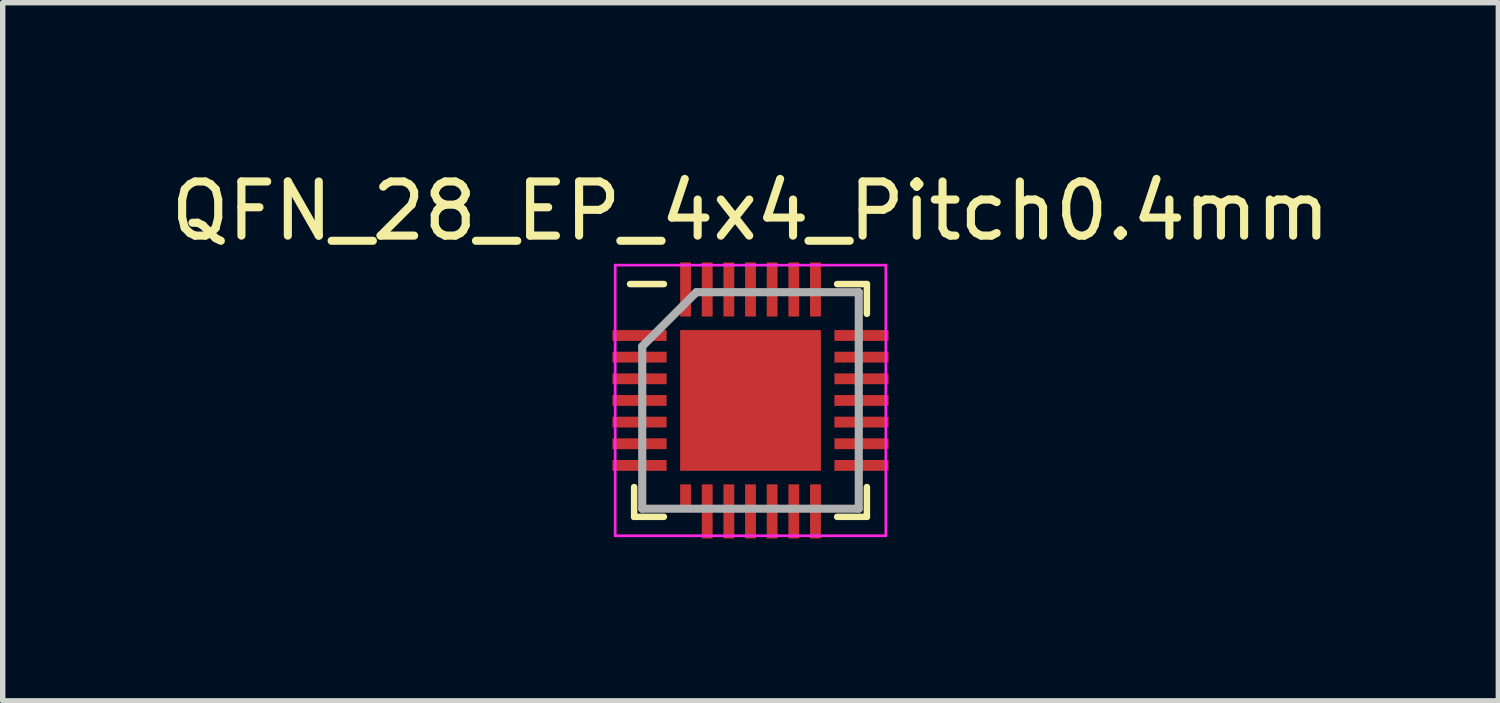
<source format=kicad_pcb>
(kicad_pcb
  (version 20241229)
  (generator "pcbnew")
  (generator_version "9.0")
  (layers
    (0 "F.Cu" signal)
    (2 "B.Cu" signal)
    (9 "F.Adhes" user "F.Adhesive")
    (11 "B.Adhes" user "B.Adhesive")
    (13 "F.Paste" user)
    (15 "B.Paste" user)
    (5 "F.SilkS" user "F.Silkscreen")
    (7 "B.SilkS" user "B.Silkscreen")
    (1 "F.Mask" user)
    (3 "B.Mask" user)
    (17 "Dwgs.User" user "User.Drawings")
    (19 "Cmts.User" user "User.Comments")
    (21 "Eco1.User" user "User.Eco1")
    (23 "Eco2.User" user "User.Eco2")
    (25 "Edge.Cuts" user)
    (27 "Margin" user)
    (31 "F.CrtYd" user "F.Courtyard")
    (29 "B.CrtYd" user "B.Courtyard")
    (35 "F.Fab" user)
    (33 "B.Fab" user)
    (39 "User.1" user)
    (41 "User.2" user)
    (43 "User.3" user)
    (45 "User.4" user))
  (footprint "QFN_28_EP_4x4_Pitch0.4mm"
    (layer "F.Cu")
    (at 10.815 4.348)
    (property "Reference" "QFN_28_EP_4x4_Pitch0.4mm" (at 0 -3.5 0) (layer "F.SilkS") (effects (font (size 1 1) (thickness 0.15))))
    (attr smd)
    (fp_line (start -2.15 2.15) (end -2.15 1.6) (stroke (width 0.12) (type solid)) (layer "F.SilkS"))
    (fp_line (start -1.6 -2.15) (end -2.225 -2.15) (stroke (width 0.12) (type solid)) (layer "F.SilkS"))
    (fp_line (start -1.6 2.15) (end -2.15 2.15) (stroke (width 0.12) (type solid)) (layer "F.SilkS"))
    (fp_line (start 1.6 -2.15) (end 2.15 -2.15) (stroke (width 0.12) (type solid)) (layer "F.SilkS"))
    (fp_line (start 1.6 2.15) (end 2.15 2.15) (stroke (width 0.12) (type solid)) (layer "F.SilkS"))
    (fp_line (start 2.15 -2.15) (end 2.15 -1.6) (stroke (width 0.12) (type solid)) (layer "F.SilkS"))
    (fp_line (start 2.15 2.15) (end 2.15 1.6) (stroke (width 0.12) (type solid)) (layer "F.SilkS"))
    (fp_line (start -2.5 -2.5) (end 2.5 -2.5) (stroke (width 0.05) (type solid)) (layer "F.CrtYd"))
    (fp_line (start -2.5 2.5) (end -2.5 -2.5) (stroke (width 0.05) (type solid)) (layer "F.CrtYd"))
    (fp_line (start 2.5 -2.5) (end 2.5 2.5) (stroke (width 0.05) (type solid)) (layer "F.CrtYd"))
    (fp_line (start 2.5 2.5) (end -2.5 2.5) (stroke (width 0.05) (type solid)) (layer "F.CrtYd"))
    (fp_line (start -2 -1) (end -2 2) (stroke (width 0.15) (type solid)) (layer "F.Fab"))
    (fp_line (start -2 2) (end 2 2) (stroke (width 0.15) (type solid)) (layer "F.Fab"))
    (fp_line (start -1 -2) (end -2 -1) (stroke (width 0.15) (type solid)) (layer "F.Fab"))
    (fp_line (start 2 -2) (end -1 -2) (stroke (width 0.15) (type solid)) (layer "F.Fab"))
    (fp_line (start 2 2) (end 2 -2) (stroke (width 0.15) (type solid)) (layer "F.Fab"))
    (pad "" smd rect (at 0 0) (size 2.6 2.6) (layers "F.Cu" "F.Mask" "F.Paste"))
    (pad "1" smd rect (at -2.05 -1.2 90) (size 0.2 1) (layers "F.Cu" "F.Mask" "F.Paste"))
    (pad "2" smd rect (at -2.05 -0.8 90) (size 0.2 1) (layers "F.Cu" "F.Mask" "F.Paste"))
    (pad "3" smd rect (at -2.05 -0.4 90) (size 0.2 1) (layers "F.Cu" "F.Mask" "F.Paste"))
    (pad "4" smd rect (at -2.05 0 90) (size 0.2 1) (layers "F.Cu" "F.Mask" "F.Paste"))
    (pad "5" smd rect (at -2.05 0.4 90) (size 0.2 1) (layers "F.Cu" "F.Mask" "F.Paste"))
    (pad "6" smd rect (at -2.05 0.8 90) (size 0.2 1) (layers "F.Cu" "F.Mask" "F.Paste"))
    (pad "7" smd rect (at -2.05 1.2 90) (size 0.2 1) (layers "F.Cu" "F.Mask" "F.Paste"))
    (pad "8" smd rect (at -1.2 1.775) (size 0.2 0.45) (layers "F.Cu" "F.Mask" "F.Paste"))
    (pad "9" smd rect (at -0.8 2.05) (size 0.2 1) (layers "F.Cu" "F.Mask" "F.Paste"))
    (pad "10" smd rect (at -0.4 2.05) (size 0.2 1) (layers "F.Cu" "F.Mask" "F.Paste"))
    (pad "11" smd rect (at 0 2.05) (size 0.2 1) (layers "F.Cu" "F.Mask" "F.Paste"))
    (pad "12" smd rect (at 0.4 2.05) (size 0.2 1) (layers "F.Cu" "F.Mask" "F.Paste"))
    (pad "13" smd rect (at 0.8 2.05) (size 0.2 1) (layers "F.Cu" "F.Mask" "F.Paste"))
    (pad "14" smd rect (at 1.2 2.05) (size 0.2 1) (layers "F.Cu" "F.Mask" "F.Paste"))
    (pad "15" smd rect (at 2.05 1.2 90) (size 0.2 1) (layers "F.Cu" "F.Mask" "F.Paste"))
    (pad "16" smd rect (at 2.05 0.8 90) (size 0.2 1) (layers "F.Cu" "F.Mask" "F.Paste"))
    (pad "17" smd rect (at 2.05 0.4 90) (size 0.2 1) (layers "F.Cu" "F.Mask" "F.Paste"))
    (pad "18" smd rect (at 2.05 0 90) (size 0.2 1) (layers "F.Cu" "F.Mask" "F.Paste"))
    (pad "19" smd rect (at 2.05 -0.4 90) (size 0.2 1) (layers "F.Cu" "F.Mask" "F.Paste"))
    (pad "20" smd rect (at 2.05 -0.8 90) (size 0.2 1) (layers "F.Cu" "F.Mask" "F.Paste"))
    (pad "21" smd rect (at 2.05 -1.2 90) (size 0.2 1) (layers "F.Cu" "F.Mask" "F.Paste"))
    (pad "22" smd rect (at 1.2 -2.05) (size 0.2 1) (layers "F.Cu" "F.Mask" "F.Paste"))
    (pad "23" smd rect (at 0.8 -2.05) (size 0.2 1) (layers "F.Cu" "F.Mask" "F.Paste"))
    (pad "24" smd rect (at 0.4 -2.05) (size 0.2 1) (layers "F.Cu" "F.Mask" "F.Paste"))
    (pad "25" smd rect (at 0 -2.05) (size 0.2 1) (layers "F.Cu" "F.Mask" "F.Paste"))
    (pad "26" smd rect (at -0.4 -2.05) (size 0.2 1) (layers "F.Cu" "F.Mask" "F.Paste"))
    (pad "27" smd rect (at -0.8 -2.05) (size 0.2 1) (layers "F.Cu" "F.Mask" "F.Paste"))
    (pad "28" smd rect (at -1.2 -2.05) (size 0.2 1) (layers "F.Cu" "F.Mask" "F.Paste")))
  (gr_rect
    (start -3 -3)
    (end 24.631 9.898)
    (stroke (width 0.1) (type default))
    (fill no)
    (layer "Edge.Cuts")))
</source>
